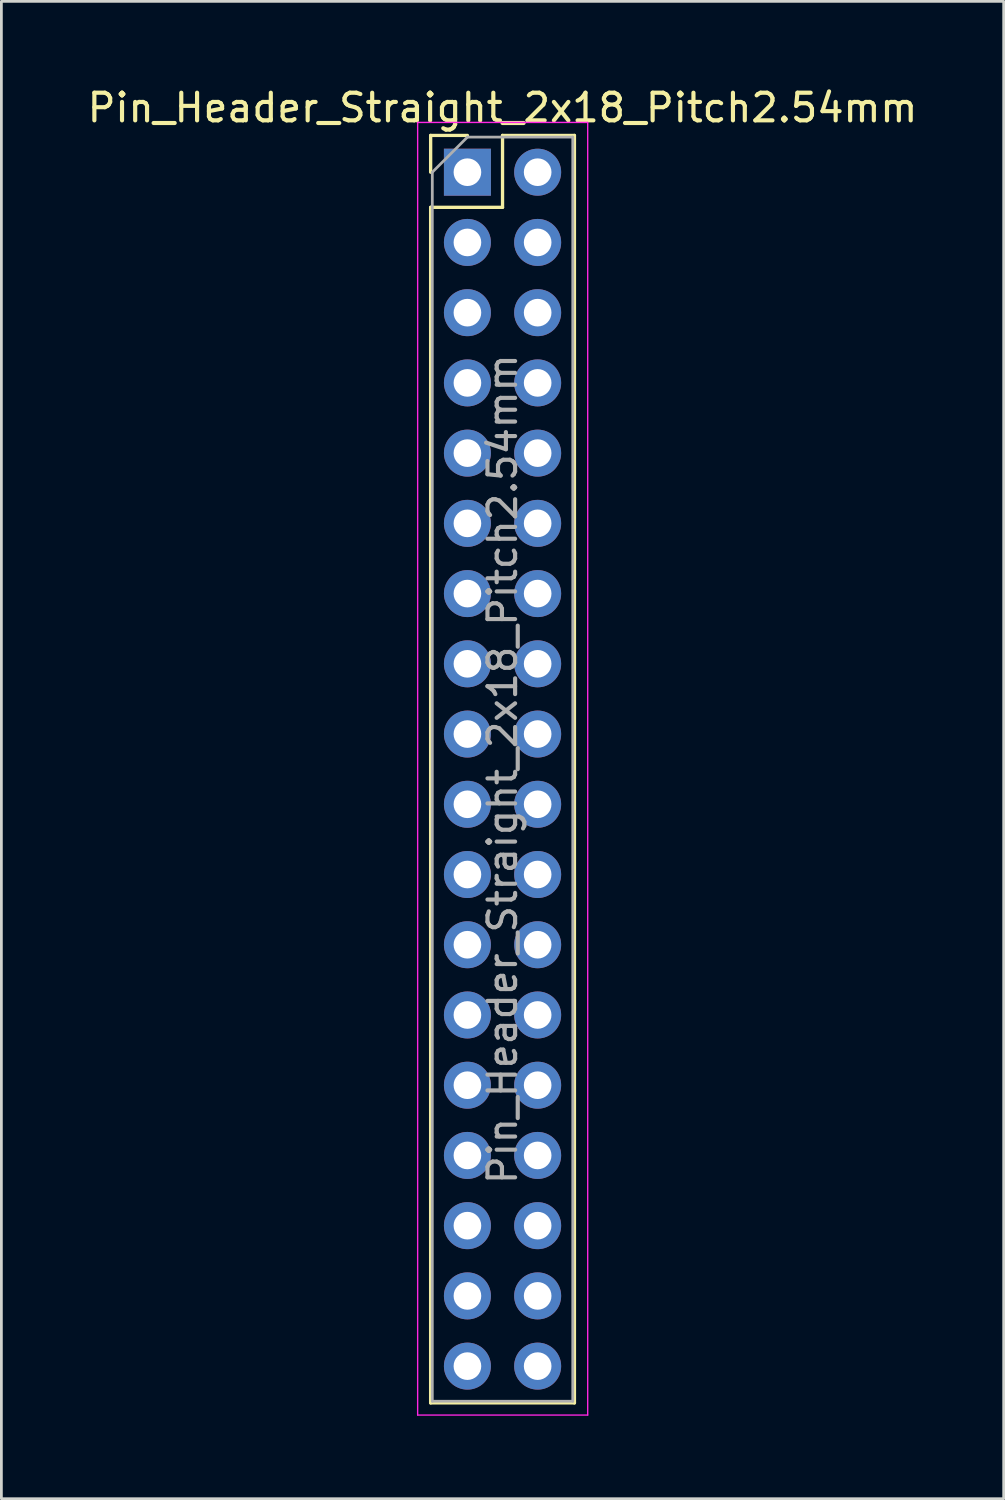
<source format=kicad_pcb>
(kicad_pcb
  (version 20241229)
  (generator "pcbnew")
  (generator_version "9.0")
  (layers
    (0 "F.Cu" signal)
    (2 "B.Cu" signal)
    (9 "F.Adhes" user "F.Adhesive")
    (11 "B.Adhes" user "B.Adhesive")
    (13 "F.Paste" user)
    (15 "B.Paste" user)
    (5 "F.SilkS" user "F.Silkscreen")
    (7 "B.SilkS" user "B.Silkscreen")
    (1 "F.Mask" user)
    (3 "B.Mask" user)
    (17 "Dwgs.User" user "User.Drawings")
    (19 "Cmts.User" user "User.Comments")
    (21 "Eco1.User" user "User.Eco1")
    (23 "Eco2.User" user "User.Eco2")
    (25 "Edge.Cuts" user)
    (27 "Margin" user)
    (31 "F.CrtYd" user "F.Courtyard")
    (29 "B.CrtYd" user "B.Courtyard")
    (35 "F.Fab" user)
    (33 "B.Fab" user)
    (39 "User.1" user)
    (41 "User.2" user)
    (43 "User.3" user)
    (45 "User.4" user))
  (footprint "Pin_Header_Straight_2x18_Pitch2.54mm"
    (layer "F.Cu")
    (at 13.855 3.178)
    (property "Reference" "Pin_Header_Straight_2x18_Pitch2.54mm" (at 1.27 -2.33 0) (layer "F.SilkS") (effects (font (size 1 1) (thickness 0.15))))
    (attr through_hole)
    (fp_line (start -1.33 -1.33) (end 0 -1.33) (stroke (width 0.12) (type solid)) (layer "F.SilkS"))
    (fp_line (start -1.33 0) (end -1.33 -1.33) (stroke (width 0.12) (type solid)) (layer "F.SilkS"))
    (fp_line (start -1.33 1.27) (end -1.33 44.51) (stroke (width 0.12) (type solid)) (layer "F.SilkS"))
    (fp_line (start -1.33 1.27) (end 1.27 1.27) (stroke (width 0.12) (type solid)) (layer "F.SilkS"))
    (fp_line (start -1.33 44.51) (end 3.87 44.51) (stroke (width 0.12) (type solid)) (layer "F.SilkS"))
    (fp_line (start 1.27 -1.33) (end 3.87 -1.33) (stroke (width 0.12) (type solid)) (layer "F.SilkS"))
    (fp_line (start 1.27 1.27) (end 1.27 -1.33) (stroke (width 0.12) (type solid)) (layer "F.SilkS"))
    (fp_line (start 3.87 -1.33) (end 3.87 44.51) (stroke (width 0.12) (type solid)) (layer "F.SilkS"))
    (fp_line (start -1.8 -1.8) (end -1.8 44.95) (stroke (width 0.05) (type solid)) (layer "F.CrtYd"))
    (fp_line (start -1.8 44.95) (end 4.35 44.95) (stroke (width 0.05) (type solid)) (layer "F.CrtYd"))
    (fp_line (start 4.35 -1.8) (end -1.8 -1.8) (stroke (width 0.05) (type solid)) (layer "F.CrtYd"))
    (fp_line (start 4.35 44.95) (end 4.35 -1.8) (stroke (width 0.05) (type solid)) (layer "F.CrtYd"))
    (fp_line (start -1.27 0) (end 0 -1.27) (stroke (width 0.1) (type solid)) (layer "F.Fab"))
    (fp_line (start -1.27 44.45) (end -1.27 0) (stroke (width 0.1) (type solid)) (layer "F.Fab"))
    (fp_line (start 0 -1.27) (end 3.81 -1.27) (stroke (width 0.1) (type solid)) (layer "F.Fab"))
    (fp_line (start 3.81 -1.27) (end 3.81 44.45) (stroke (width 0.1) (type solid)) (layer "F.Fab"))
    (fp_line (start 3.81 44.45) (end -1.27 44.45) (stroke (width 0.1) (type solid)) (layer "F.Fab"))
    (fp_text user "${REFERENCE}" (at 1.27 21.59 90) (layer "F.Fab") (effects (font (size 1 1) (thickness 0.15))))
    (pad "1" thru_hole rect (at 0 0) (size 1.7 1.7) (drill 1) (layers "*.Cu" "*.Mask"))
    (pad "2" thru_hole oval (at 2.54 0) (size 1.7 1.7) (drill 1) (layers "*.Cu" "*.Mask"))
    (pad "3" thru_hole oval (at 0 2.54) (size 1.7 1.7) (drill 1) (layers "*.Cu" "*.Mask"))
    (pad "4" thru_hole oval (at 2.54 2.54) (size 1.7 1.7) (drill 1) (layers "*.Cu" "*.Mask"))
    (pad "5" thru_hole oval (at 0 5.08) (size 1.7 1.7) (drill 1) (layers "*.Cu" "*.Mask"))
    (pad "6" thru_hole oval (at 2.54 5.08) (size 1.7 1.7) (drill 1) (layers "*.Cu" "*.Mask"))
    (pad "7" thru_hole oval (at 0 7.62) (size 1.7 1.7) (drill 1) (layers "*.Cu" "*.Mask"))
    (pad "8" thru_hole oval (at 2.54 7.62) (size 1.7 1.7) (drill 1) (layers "*.Cu" "*.Mask"))
    (pad "9" thru_hole oval (at 0 10.16) (size 1.7 1.7) (drill 1) (layers "*.Cu" "*.Mask"))
    (pad "10" thru_hole oval (at 2.54 10.16) (size 1.7 1.7) (drill 1) (layers "*.Cu" "*.Mask"))
    (pad "11" thru_hole oval (at 0 12.7) (size 1.7 1.7) (drill 1) (layers "*.Cu" "*.Mask"))
    (pad "12" thru_hole oval (at 2.54 12.7) (size 1.7 1.7) (drill 1) (layers "*.Cu" "*.Mask"))
    (pad "13" thru_hole oval (at 0 15.24) (size 1.7 1.7) (drill 1) (layers "*.Cu" "*.Mask"))
    (pad "14" thru_hole oval (at 2.54 15.24) (size 1.7 1.7) (drill 1) (layers "*.Cu" "*.Mask"))
    (pad "15" thru_hole oval (at 0 17.78) (size 1.7 1.7) (drill 1) (layers "*.Cu" "*.Mask"))
    (pad "16" thru_hole oval (at 2.54 17.78) (size 1.7 1.7) (drill 1) (layers "*.Cu" "*.Mask"))
    (pad "17" thru_hole oval (at 0 20.32) (size 1.7 1.7) (drill 1) (layers "*.Cu" "*.Mask"))
    (pad "18" thru_hole oval (at 2.54 20.32) (size 1.7 1.7) (drill 1) (layers "*.Cu" "*.Mask"))
    (pad "19" thru_hole oval (at 0 22.86) (size 1.7 1.7) (drill 1) (layers "*.Cu" "*.Mask"))
    (pad "20" thru_hole oval (at 2.54 22.86) (size 1.7 1.7) (drill 1) (layers "*.Cu" "*.Mask"))
    (pad "21" thru_hole oval (at 0 25.4) (size 1.7 1.7) (drill 1) (layers "*.Cu" "*.Mask"))
    (pad "22" thru_hole oval (at 2.54 25.4) (size 1.7 1.7) (drill 1) (layers "*.Cu" "*.Mask"))
    (pad "23" thru_hole oval (at 0 27.94) (size 1.7 1.7) (drill 1) (layers "*.Cu" "*.Mask"))
    (pad "24" thru_hole oval (at 2.54 27.94) (size 1.7 1.7) (drill 1) (layers "*.Cu" "*.Mask"))
    (pad "25" thru_hole oval (at 0 30.48) (size 1.7 1.7) (drill 1) (layers "*.Cu" "*.Mask"))
    (pad "26" thru_hole oval (at 2.54 30.48) (size 1.7 1.7) (drill 1) (layers "*.Cu" "*.Mask"))
    (pad "27" thru_hole oval (at 0 33.02) (size 1.7 1.7) (drill 1) (layers "*.Cu" "*.Mask"))
    (pad "28" thru_hole oval (at 2.54 33.02) (size 1.7 1.7) (drill 1) (layers "*.Cu" "*.Mask"))
    (pad "29" thru_hole oval (at 0 35.56) (size 1.7 1.7) (drill 1) (layers "*.Cu" "*.Mask"))
    (pad "30" thru_hole oval (at 2.54 35.56) (size 1.7 1.7) (drill 1) (layers "*.Cu" "*.Mask"))
    (pad "31" thru_hole oval (at 0 38.1) (size 1.7 1.7) (drill 1) (layers "*.Cu" "*.Mask"))
    (pad "32" thru_hole oval (at 2.54 38.1) (size 1.7 1.7) (drill 1) (layers "*.Cu" "*.Mask"))
    (pad "33" thru_hole oval (at 0 40.64) (size 1.7 1.7) (drill 1) (layers "*.Cu" "*.Mask"))
    (pad "34" thru_hole oval (at 2.54 40.64) (size 1.7 1.7) (drill 1) (layers "*.Cu" "*.Mask"))
    (pad "35" thru_hole oval (at 0 43.18) (size 1.7 1.7) (drill 1) (layers "*.Cu" "*.Mask"))
    (pad "36" thru_hole oval (at 2.54 43.18) (size 1.7 1.7) (drill 1) (layers "*.Cu" "*.Mask")))
  (gr_rect
    (start -3 -3)
    (end 33.25 51.153)
    (stroke (width 0.1) (type default))
    (fill no)
    (layer "Edge.Cuts")))
</source>
